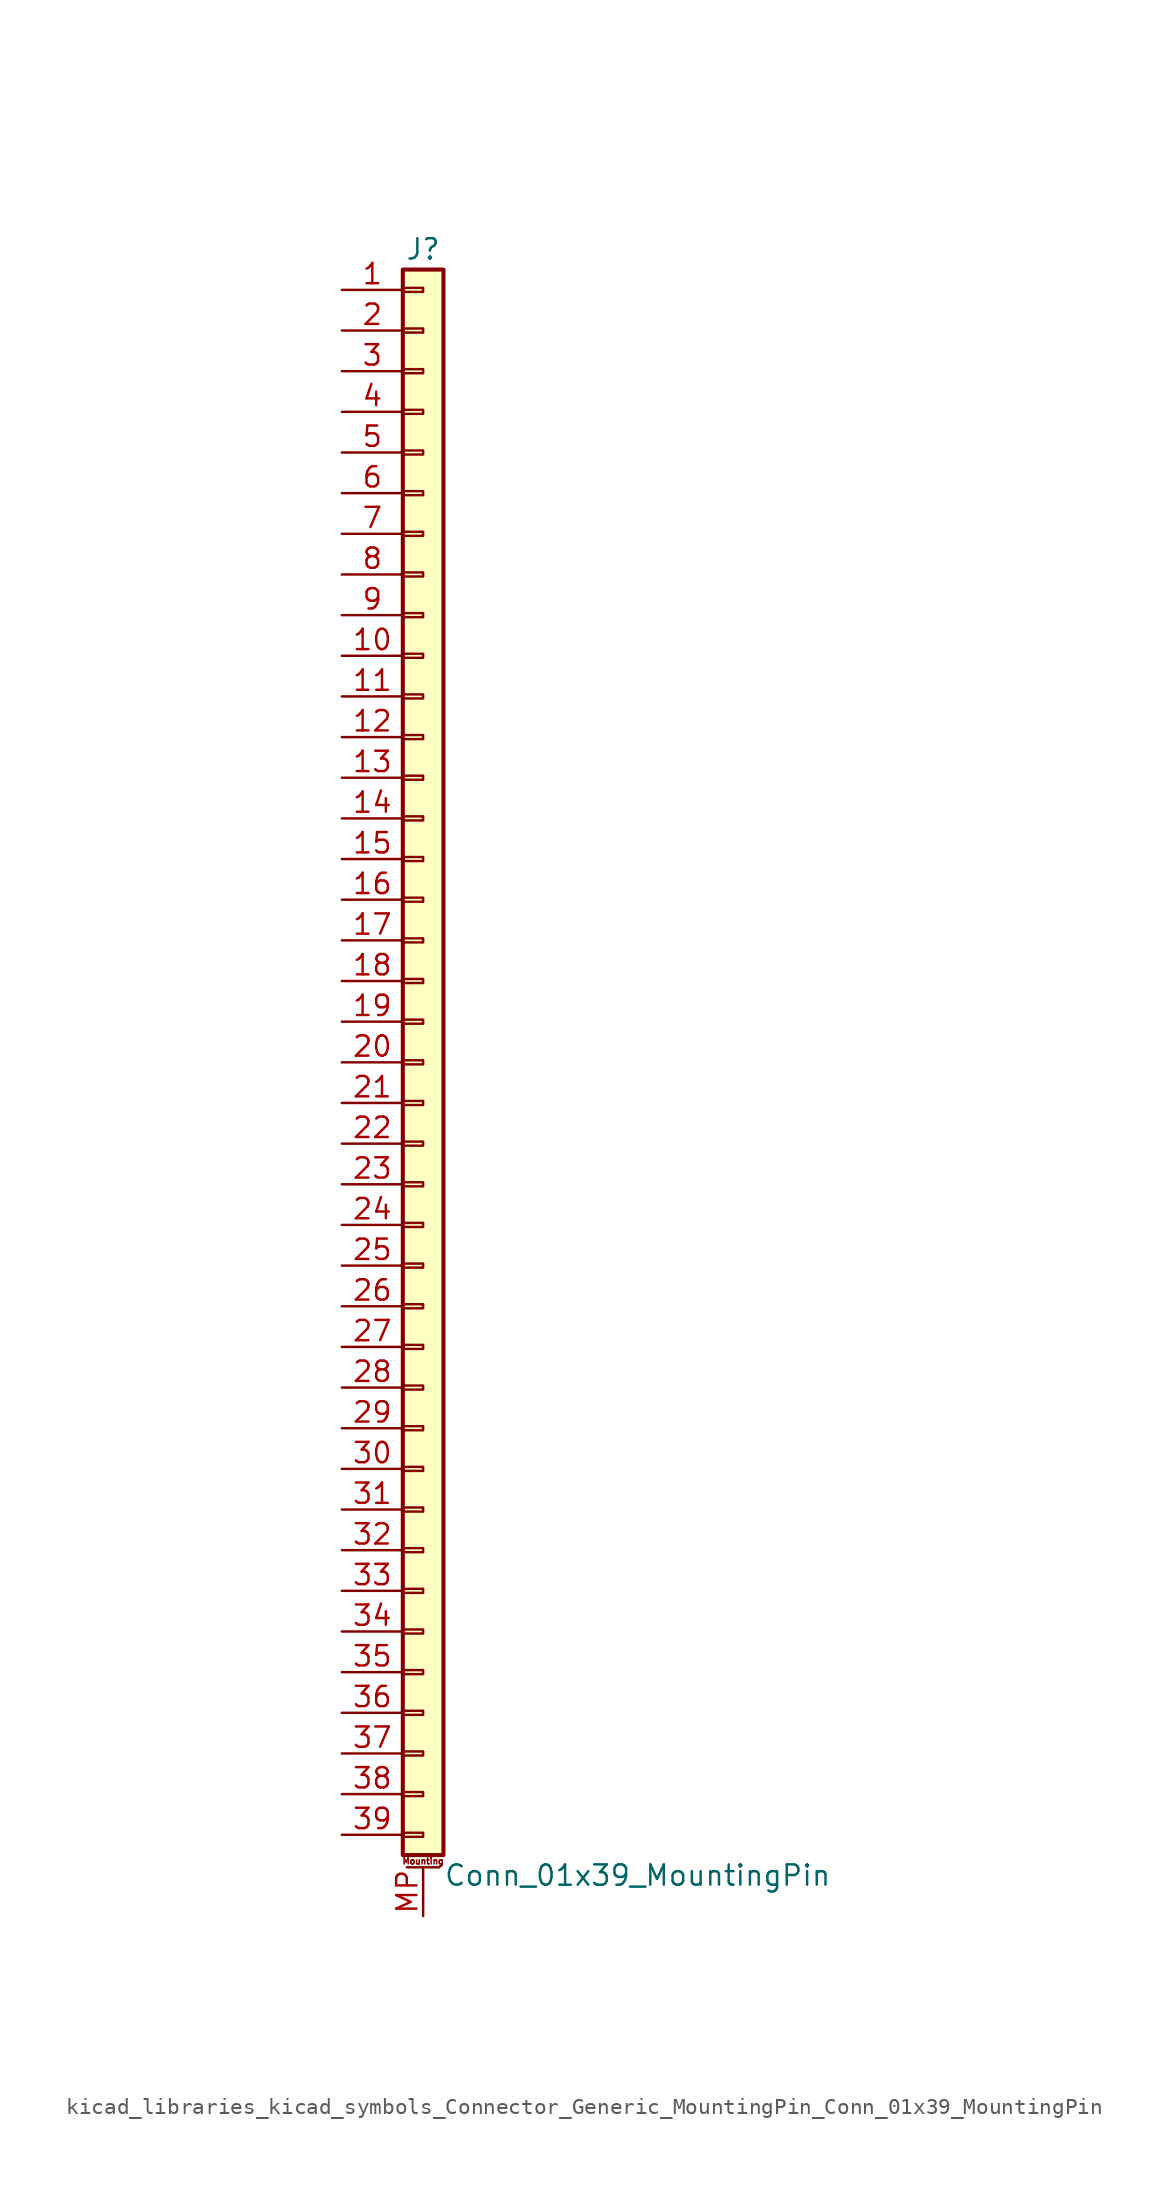
<source format=kicad_sym>
(kicad_symbol_lib
  (version 20220914)
  (generator kicad_symbol_editor)
  (symbol "kicad_libraries_kicad_symbols_Connector_Generic_MountingPin_Conn_01x39_MountingPin"
    (pin_names
      (offset 1.016) hide)
    (property "Reference" "J"
      (at 0 50.8 0)
      (effects (font (size 1.27 1.27))))
    (property "Value" "Conn_01x39_MountingPin"
      (at 1.27 -50.8 0)
      (effects (font (size 1.27 1.27)) (justify left)))
    (symbol "kicad_libraries_kicad_symbols_Connector_Generic_MountingPin_Conn_01x39_MountingPin_1_1"
      (rectangle (start -1.27 -48.133) (end 0 -48.387) (stroke (width 0.152) (type default)) (fill (type none)))
      (rectangle (start -1.27 -45.593) (end 0 -45.847) (stroke (width 0.152) (type default)) (fill (type none)))
      (rectangle (start -1.27 -43.053) (end 0 -43.307) (stroke (width 0.152) (type default)) (fill (type none)))
      (rectangle (start -1.27 -40.513) (end 0 -40.767) (stroke (width 0.152) (type default)) (fill (type none)))
      (rectangle (start -1.27 -37.973) (end 0 -38.227) (stroke (width 0.152) (type default)) (fill (type none)))
      (rectangle (start -1.27 -35.433) (end 0 -35.687) (stroke (width 0.152) (type default)) (fill (type none)))
      (rectangle (start -1.27 -32.893) (end 0 -33.147) (stroke (width 0.152) (type default)) (fill (type none)))
      (rectangle (start -1.27 -30.353) (end 0 -30.607) (stroke (width 0.152) (type default)) (fill (type none)))
      (rectangle (start -1.27 -27.813) (end 0 -28.067) (stroke (width 0.152) (type default)) (fill (type none)))
      (rectangle (start -1.27 -25.273) (end 0 -25.527) (stroke (width 0.152) (type default)) (fill (type none)))
      (rectangle (start -1.27 -22.733) (end 0 -22.987) (stroke (width 0.152) (type default)) (fill (type none)))
      (rectangle (start -1.27 -20.193) (end 0 -20.447) (stroke (width 0.152) (type default)) (fill (type none)))
      (rectangle (start -1.27 -17.653) (end 0 -17.907) (stroke (width 0.152) (type default)) (fill (type none)))
      (rectangle (start -1.27 -15.113) (end 0 -15.367) (stroke (width 0.152) (type default)) (fill (type none)))
      (rectangle (start -1.27 -12.573) (end 0 -12.827) (stroke (width 0.152) (type default)) (fill (type none)))
      (rectangle (start -1.27 -10.033) (end 0 -10.287) (stroke (width 0.152) (type default)) (fill (type none)))
      (rectangle (start -1.27 -7.493) (end 0 -7.747) (stroke (width 0.152) (type default)) (fill (type none)))
      (rectangle (start -1.27 -4.953) (end 0 -5.207) (stroke (width 0.152) (type default)) (fill (type none)))
      (rectangle (start -1.27 -2.413) (end 0 -2.667) (stroke (width 0.152) (type default)) (fill (type none)))
      (rectangle (start -1.27 0.127) (end 0 -0.127) (stroke (width 0.152) (type default)) (fill (type none)))
      (rectangle (start -1.27 2.667) (end 0 2.413) (stroke (width 0.152) (type default)) (fill (type none)))
      (rectangle (start -1.27 5.207) (end 0 4.953) (stroke (width 0.152) (type default)) (fill (type none)))
      (rectangle (start -1.27 7.747) (end 0 7.493) (stroke (width 0.152) (type default)) (fill (type none)))
      (rectangle (start -1.27 10.287) (end 0 10.033) (stroke (width 0.152) (type default)) (fill (type none)))
      (rectangle (start -1.27 12.827) (end 0 12.573) (stroke (width 0.152) (type default)) (fill (type none)))
      (rectangle (start -1.27 15.367) (end 0 15.113) (stroke (width 0.152) (type default)) (fill (type none)))
      (rectangle (start -1.27 17.907) (end 0 17.653) (stroke (width 0.152) (type default)) (fill (type none)))
      (rectangle (start -1.27 20.447) (end 0 20.193) (stroke (width 0.152) (type default)) (fill (type none)))
      (rectangle (start -1.27 22.987) (end 0 22.733) (stroke (width 0.152) (type default)) (fill (type none)))
      (rectangle (start -1.27 25.527) (end 0 25.273) (stroke (width 0.152) (type default)) (fill (type none)))
      (rectangle (start -1.27 28.067) (end 0 27.813) (stroke (width 0.152) (type default)) (fill (type none)))
      (rectangle (start -1.27 30.607) (end 0 30.353) (stroke (width 0.152) (type default)) (fill (type none)))
      (rectangle (start -1.27 33.147) (end 0 32.893) (stroke (width 0.152) (type default)) (fill (type none)))
      (rectangle (start -1.27 35.687) (end 0 35.433) (stroke (width 0.152) (type default)) (fill (type none)))
      (rectangle (start -1.27 38.227) (end 0 37.973) (stroke (width 0.152) (type default)) (fill (type none)))
      (rectangle (start -1.27 40.767) (end 0 40.513) (stroke (width 0.152) (type default)) (fill (type none)))
      (rectangle (start -1.27 43.307) (end 0 43.053) (stroke (width 0.152) (type default)) (fill (type none)))
      (rectangle (start -1.27 45.847) (end 0 45.593) (stroke (width 0.152) (type default)) (fill (type none)))
      (rectangle (start -1.27 48.387) (end 0 48.133) (stroke (width 0.152) (type default)) (fill (type none)))
      (rectangle (start -1.27 49.53) (end 1.27 -49.53) (stroke (width 0.254) (type default)) (fill (type background)))
      (polyline (pts (xy -1.016 -50.292) (xy 1.016 -50.292)) (stroke (width 0.152) (type default)) (fill (type none)))
      (text "Mounting" (at 0 -49.911 0) (effects (font (size 0.381 0.381))))
      (pin passive line (at -5.08 48.26 0) (length 3.81) (name "Pin_1" (effects (font (size 1.27 1.27)))) (number "1" (effects (font (size 1.27 1.27)))))
      (pin passive line (at -5.08 25.4 0) (length 3.81) (name "Pin_10" (effects (font (size 1.27 1.27)))) (number "10" (effects (font (size 1.27 1.27)))))
      (pin passive line (at -5.08 22.86 0) (length 3.81) (name "Pin_11" (effects (font (size 1.27 1.27)))) (number "11" (effects (font (size 1.27 1.27)))))
      (pin passive line (at -5.08 20.32 0) (length 3.81) (name "Pin_12" (effects (font (size 1.27 1.27)))) (number "12" (effects (font (size 1.27 1.27)))))
      (pin passive line (at -5.08 17.78 0) (length 3.81) (name "Pin_13" (effects (font (size 1.27 1.27)))) (number "13" (effects (font (size 1.27 1.27)))))
      (pin passive line (at -5.08 15.24 0) (length 3.81) (name "Pin_14" (effects (font (size 1.27 1.27)))) (number "14" (effects (font (size 1.27 1.27)))))
      (pin passive line (at -5.08 12.7 0) (length 3.81) (name "Pin_15" (effects (font (size 1.27 1.27)))) (number "15" (effects (font (size 1.27 1.27)))))
      (pin passive line (at -5.08 10.16 0) (length 3.81) (name "Pin_16" (effects (font (size 1.27 1.27)))) (number "16" (effects (font (size 1.27 1.27)))))
      (pin passive line (at -5.08 7.62 0) (length 3.81) (name "Pin_17" (effects (font (size 1.27 1.27)))) (number "17" (effects (font (size 1.27 1.27)))))
      (pin passive line (at -5.08 5.08 0) (length 3.81) (name "Pin_18" (effects (font (size 1.27 1.27)))) (number "18" (effects (font (size 1.27 1.27)))))
      (pin passive line (at -5.08 2.54 0) (length 3.81) (name "Pin_19" (effects (font (size 1.27 1.27)))) (number "19" (effects (font (size 1.27 1.27)))))
      (pin passive line (at -5.08 45.72 0) (length 3.81) (name "Pin_2" (effects (font (size 1.27 1.27)))) (number "2" (effects (font (size 1.27 1.27)))))
      (pin passive line (at -5.08 0 0) (length 3.81) (name "Pin_20" (effects (font (size 1.27 1.27)))) (number "20" (effects (font (size 1.27 1.27)))))
      (pin passive line (at -5.08 -2.54 0) (length 3.81) (name "Pin_21" (effects (font (size 1.27 1.27)))) (number "21" (effects (font (size 1.27 1.27)))))
      (pin passive line (at -5.08 -5.08 0) (length 3.81) (name "Pin_22" (effects (font (size 1.27 1.27)))) (number "22" (effects (font (size 1.27 1.27)))))
      (pin passive line (at -5.08 -7.62 0) (length 3.81) (name "Pin_23" (effects (font (size 1.27 1.27)))) (number "23" (effects (font (size 1.27 1.27)))))
      (pin passive line (at -5.08 -10.16 0) (length 3.81) (name "Pin_24" (effects (font (size 1.27 1.27)))) (number "24" (effects (font (size 1.27 1.27)))))
      (pin passive line (at -5.08 -12.7 0) (length 3.81) (name "Pin_25" (effects (font (size 1.27 1.27)))) (number "25" (effects (font (size 1.27 1.27)))))
      (pin passive line (at -5.08 -15.24 0) (length 3.81) (name "Pin_26" (effects (font (size 1.27 1.27)))) (number "26" (effects (font (size 1.27 1.27)))))
      (pin passive line (at -5.08 -17.78 0) (length 3.81) (name "Pin_27" (effects (font (size 1.27 1.27)))) (number "27" (effects (font (size 1.27 1.27)))))
      (pin passive line (at -5.08 -20.32 0) (length 3.81) (name "Pin_28" (effects (font (size 1.27 1.27)))) (number "28" (effects (font (size 1.27 1.27)))))
      (pin passive line (at -5.08 -22.86 0) (length 3.81) (name "Pin_29" (effects (font (size 1.27 1.27)))) (number "29" (effects (font (size 1.27 1.27)))))
      (pin passive line (at -5.08 43.18 0) (length 3.81) (name "Pin_3" (effects (font (size 1.27 1.27)))) (number "3" (effects (font (size 1.27 1.27)))))
      (pin passive line (at -5.08 -25.4 0) (length 3.81) (name "Pin_30" (effects (font (size 1.27 1.27)))) (number "30" (effects (font (size 1.27 1.27)))))
      (pin passive line (at -5.08 -27.94 0) (length 3.81) (name "Pin_31" (effects (font (size 1.27 1.27)))) (number "31" (effects (font (size 1.27 1.27)))))
      (pin passive line (at -5.08 -30.48 0) (length 3.81) (name "Pin_32" (effects (font (size 1.27 1.27)))) (number "32" (effects (font (size 1.27 1.27)))))
      (pin passive line (at -5.08 -33.02 0) (length 3.81) (name "Pin_33" (effects (font (size 1.27 1.27)))) (number "33" (effects (font (size 1.27 1.27)))))
      (pin passive line (at -5.08 -35.56 0) (length 3.81) (name "Pin_34" (effects (font (size 1.27 1.27)))) (number "34" (effects (font (size 1.27 1.27)))))
      (pin passive line (at -5.08 -38.1 0) (length 3.81) (name "Pin_35" (effects (font (size 1.27 1.27)))) (number "35" (effects (font (size 1.27 1.27)))))
      (pin passive line (at -5.08 -40.64 0) (length 3.81) (name "Pin_36" (effects (font (size 1.27 1.27)))) (number "36" (effects (font (size 1.27 1.27)))))
      (pin passive line (at -5.08 -43.18 0) (length 3.81) (name "Pin_37" (effects (font (size 1.27 1.27)))) (number "37" (effects (font (size 1.27 1.27)))))
      (pin passive line (at -5.08 -45.72 0) (length 3.81) (name "Pin_38" (effects (font (size 1.27 1.27)))) (number "38" (effects (font (size 1.27 1.27)))))
      (pin passive line (at -5.08 -48.26 0) (length 3.81) (name "Pin_39" (effects (font (size 1.27 1.27)))) (number "39" (effects (font (size 1.27 1.27)))))
      (pin passive line (at -5.08 40.64 0) (length 3.81) (name "Pin_4" (effects (font (size 1.27 1.27)))) (number "4" (effects (font (size 1.27 1.27)))))
      (pin passive line (at -5.08 38.1 0) (length 3.81) (name "Pin_5" (effects (font (size 1.27 1.27)))) (number "5" (effects (font (size 1.27 1.27)))))
      (pin passive line (at -5.08 35.56 0) (length 3.81) (name "Pin_6" (effects (font (size 1.27 1.27)))) (number "6" (effects (font (size 1.27 1.27)))))
      (pin passive line (at -5.08 33.02 0) (length 3.81) (name "Pin_7" (effects (font (size 1.27 1.27)))) (number "7" (effects (font (size 1.27 1.27)))))
      (pin passive line (at -5.08 30.48 0) (length 3.81) (name "Pin_8" (effects (font (size 1.27 1.27)))) (number "8" (effects (font (size 1.27 1.27)))))
      (pin passive line (at -5.08 27.94 0) (length 3.81) (name "Pin_9" (effects (font (size 1.27 1.27)))) (number "9" (effects (font (size 1.27 1.27)))))
      (pin passive line (at 0 -53.34 90) (length 3.048) (name "MountPin" (effects (font (size 1.27 1.27)))) (number "MP" (effects (font (size 1.27 1.27))))))))
</source>
